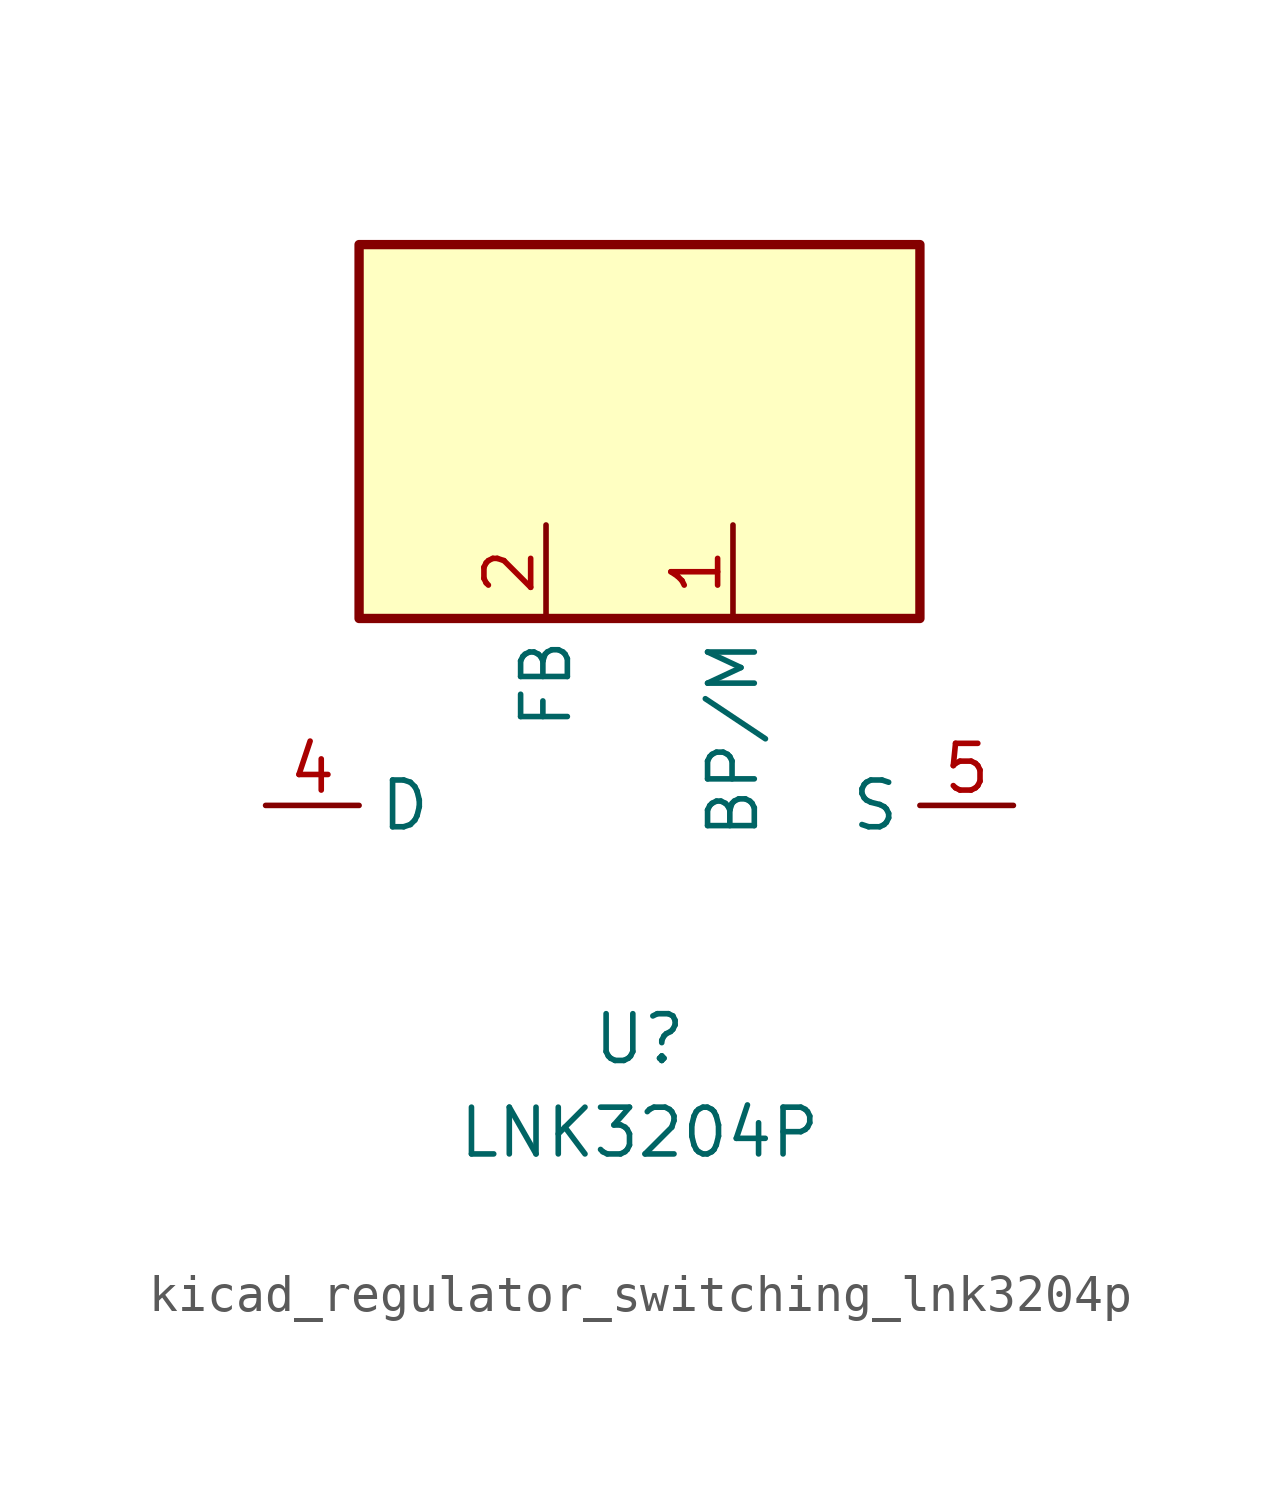
<source format=kicad_sym>
(kicad_symbol_lib
  (version 20220914)
  (generator kicad_symbol_editor)
  (symbol "kicad_regulator_switching_lnk3204p"
    (property "Reference" "U"
      (at 0 -6.35 0)
      (effects (font (size 1.27 1.27))))
    (property "Value" "LNK3204P"
      (at 0 -8.89 0)
      (effects (font (size 1.27 1.27))))
    (symbol "kicad_regulator_switching_lnk3204p_0_1"
      (rectangle (start 7.62 15.24) (end -7.62 5.08) (stroke (width 0.254) (type default)) (fill (type background))))
    (symbol "kicad_regulator_switching_lnk3204p_1_1"
      (pin input line (at 2.54 7.62 270) (length 2.54) (name "BP/M" (effects (font (size 1.27 1.27)))) (number "1" (effects (font (size 1.27 1.27)))))
      (pin input line (at -2.54 7.62 270) (length 2.54) (name "FB" (effects (font (size 1.27 1.27)))) (number "2" (effects (font (size 1.27 1.27)))))
      (pin open_collector line (at -10.16 0 0) (length 2.54) (name "D" (effects (font (size 1.27 1.27)))) (number "4" (effects (font (size 1.27 1.27)))))
      (pin power_in line (at 10.16 0 180) (length 2.54) (name "S" (effects (font (size 1.27 1.27)))) (number "5" (effects (font (size 1.27 1.27)))))
      (pin passive line (at 10.16 0 180) (length 2.54) hide (name "S" (effects (font (size 1.27 1.27)))) (number "6" (effects (font (size 1.27 1.27)))))
      (pin passive line (at 10.16 0 180) (length 2.54) hide (name "S" (effects (font (size 1.27 1.27)))) (number "7" (effects (font (size 1.27 1.27)))))
      (pin passive line (at 10.16 0 180) (length 2.54) hide (name "S" (effects (font (size 1.27 1.27)))) (number "8" (effects (font (size 1.27 1.27))))))))
</source>
